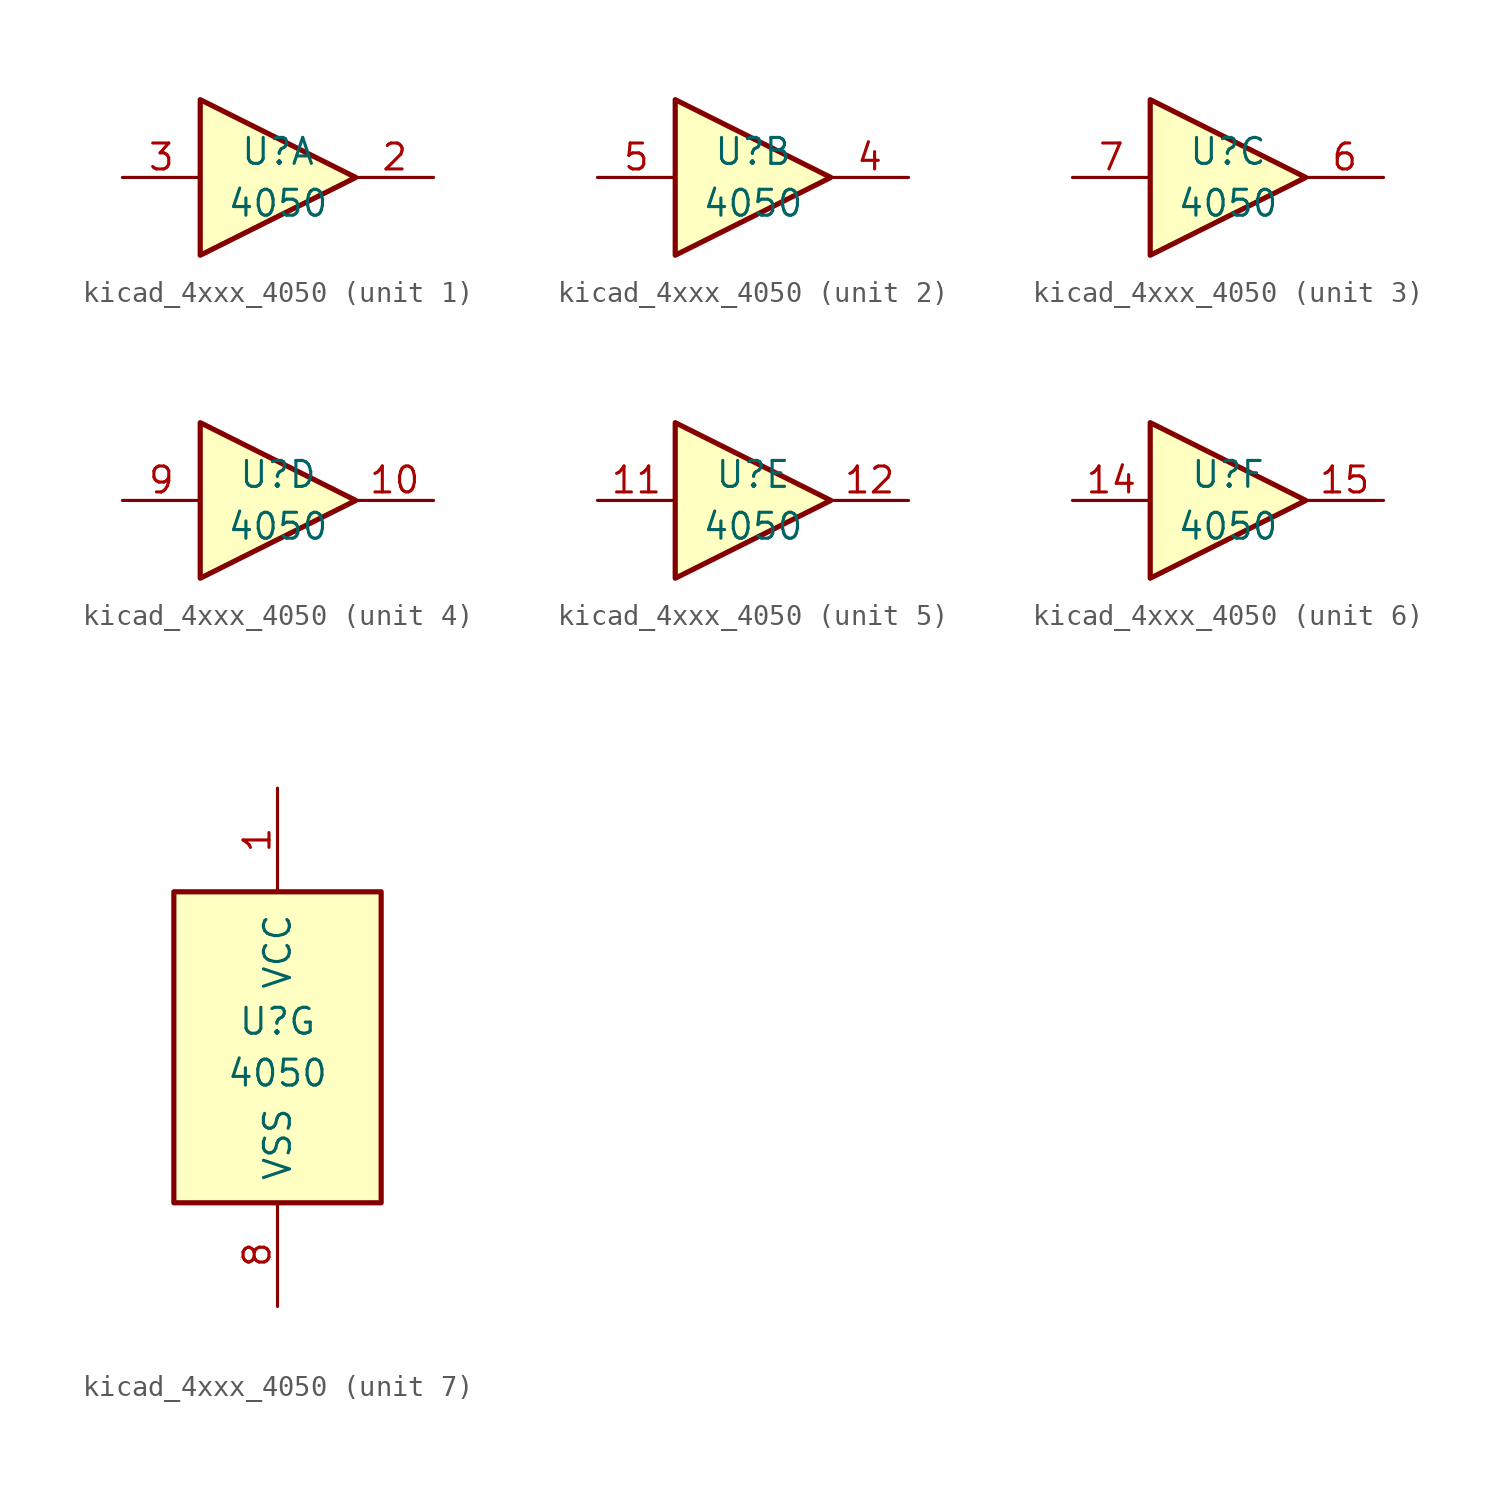
<source format=kicad_sym>
(kicad_symbol_lib
  (version 20220914)
  (generator kicad_symbol_editor)
  (symbol "kicad_4xxx_4050"
    (pin_names
      (offset 1.016))
    (property "Reference" "U"
      (at 0 1.27 0)
      (effects (font (size 1.27 1.27))))
    (property "Value" "4050"
      (at 0 -1.27 0)
      (effects (font (size 1.27 1.27))))
    (property "ki_locked" ""
      (at 0 0 0)
      (effects (font (size 1.27 1.27))))
    (symbol "kicad_4xxx_4050_1_0"
      (polyline (pts (xy -3.81 3.81) (xy -3.81 -3.81) (xy 3.81 0) (xy -3.81 3.81)) (stroke (width 0.254) (type default)) (fill (type background)))
      (pin output line (at 7.62 0 180) (length 3.81) (name "~" (effects (font (size 1.27 1.27)))) (number "2" (effects (font (size 1.27 1.27)))))
      (pin input line (at -7.62 0 0) (length 3.81) (name "~" (effects (font (size 1.27 1.27)))) (number "3" (effects (font (size 1.27 1.27))))))
    (symbol "kicad_4xxx_4050_2_0"
      (polyline (pts (xy -3.81 3.81) (xy -3.81 -3.81) (xy 3.81 0) (xy -3.81 3.81)) (stroke (width 0.254) (type default)) (fill (type background)))
      (pin output line (at 7.62 0 180) (length 3.81) (name "~" (effects (font (size 1.27 1.27)))) (number "4" (effects (font (size 1.27 1.27)))))
      (pin input line (at -7.62 0 0) (length 3.81) (name "~" (effects (font (size 1.27 1.27)))) (number "5" (effects (font (size 1.27 1.27))))))
    (symbol "kicad_4xxx_4050_3_0"
      (polyline (pts (xy -3.81 3.81) (xy -3.81 -3.81) (xy 3.81 0) (xy -3.81 3.81)) (stroke (width 0.254) (type default)) (fill (type background)))
      (pin output line (at 7.62 0 180) (length 3.81) (name "~" (effects (font (size 1.27 1.27)))) (number "6" (effects (font (size 1.27 1.27)))))
      (pin input line (at -7.62 0 0) (length 3.81) (name "~" (effects (font (size 1.27 1.27)))) (number "7" (effects (font (size 1.27 1.27))))))
    (symbol "kicad_4xxx_4050_4_0"
      (polyline (pts (xy -3.81 3.81) (xy -3.81 -3.81) (xy 3.81 0) (xy -3.81 3.81)) (stroke (width 0.254) (type default)) (fill (type background)))
      (pin output line (at 7.62 0 180) (length 3.81) (name "~" (effects (font (size 1.27 1.27)))) (number "10" (effects (font (size 1.27 1.27)))))
      (pin input line (at -7.62 0 0) (length 3.81) (name "~" (effects (font (size 1.27 1.27)))) (number "9" (effects (font (size 1.27 1.27))))))
    (symbol "kicad_4xxx_4050_5_0"
      (polyline (pts (xy -3.81 3.81) (xy -3.81 -3.81) (xy 3.81 0) (xy -3.81 3.81)) (stroke (width 0.254) (type default)) (fill (type background)))
      (pin input line (at -7.62 0 0) (length 3.81) (name "~" (effects (font (size 1.27 1.27)))) (number "11" (effects (font (size 1.27 1.27)))))
      (pin output line (at 7.62 0 180) (length 3.81) (name "~" (effects (font (size 1.27 1.27)))) (number "12" (effects (font (size 1.27 1.27))))))
    (symbol "kicad_4xxx_4050_6_0"
      (polyline (pts (xy -3.81 3.81) (xy -3.81 -3.81) (xy 3.81 0) (xy -3.81 3.81)) (stroke (width 0.254) (type default)) (fill (type background)))
      (pin input line (at -7.62 0 0) (length 3.81) (name "~" (effects (font (size 1.27 1.27)))) (number "14" (effects (font (size 1.27 1.27)))))
      (pin output line (at 7.62 0 180) (length 3.81) (name "~" (effects (font (size 1.27 1.27)))) (number "15" (effects (font (size 1.27 1.27))))))
    (symbol "kicad_4xxx_4050_7_0"
      (pin power_in line (at 0 12.7 270) (length 5.08) (name "VCC" (effects (font (size 1.27 1.27)))) (number "1" (effects (font (size 1.27 1.27)))))
      (pin power_in line (at 0 -12.7 90) (length 5.08) (name "VSS" (effects (font (size 1.27 1.27)))) (number "8" (effects (font (size 1.27 1.27))))))
    (symbol "kicad_4xxx_4050_7_1"
      (rectangle (start -5.08 7.62) (end 5.08 -7.62) (stroke (width 0.254) (type default)) (fill (type background))))))
</source>
